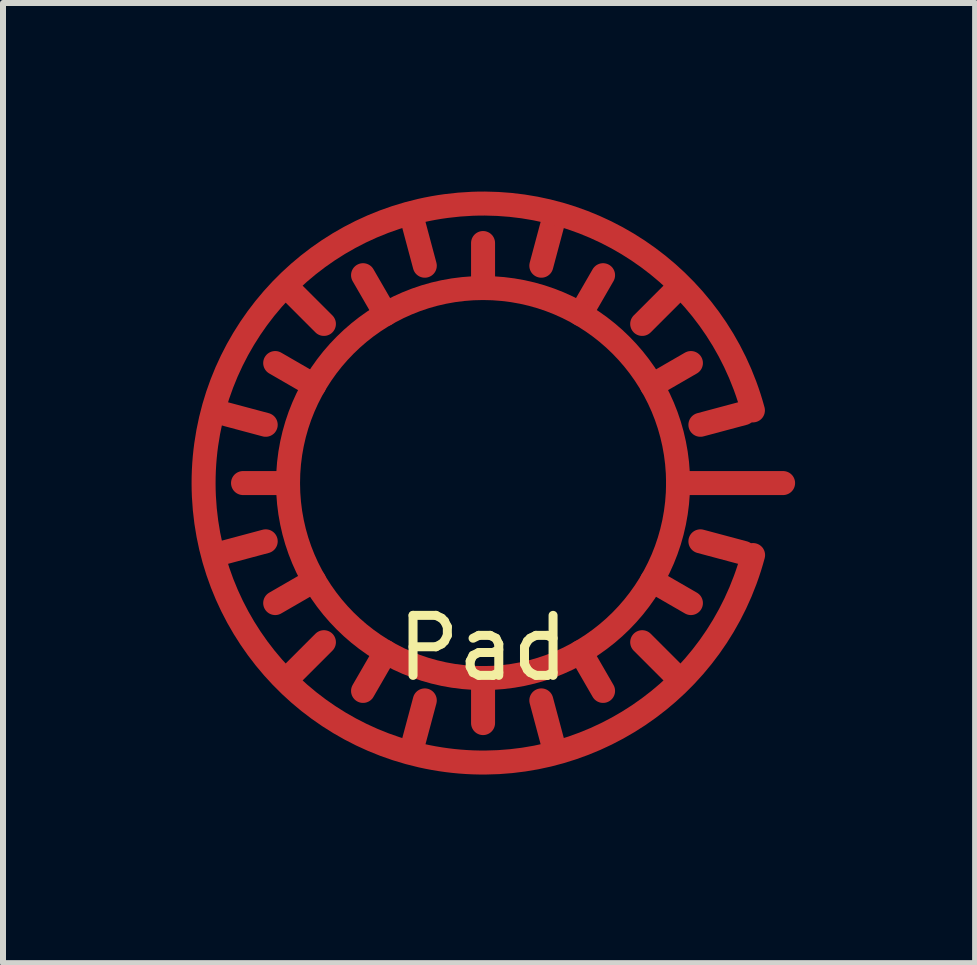
<source format=kicad_pcb>
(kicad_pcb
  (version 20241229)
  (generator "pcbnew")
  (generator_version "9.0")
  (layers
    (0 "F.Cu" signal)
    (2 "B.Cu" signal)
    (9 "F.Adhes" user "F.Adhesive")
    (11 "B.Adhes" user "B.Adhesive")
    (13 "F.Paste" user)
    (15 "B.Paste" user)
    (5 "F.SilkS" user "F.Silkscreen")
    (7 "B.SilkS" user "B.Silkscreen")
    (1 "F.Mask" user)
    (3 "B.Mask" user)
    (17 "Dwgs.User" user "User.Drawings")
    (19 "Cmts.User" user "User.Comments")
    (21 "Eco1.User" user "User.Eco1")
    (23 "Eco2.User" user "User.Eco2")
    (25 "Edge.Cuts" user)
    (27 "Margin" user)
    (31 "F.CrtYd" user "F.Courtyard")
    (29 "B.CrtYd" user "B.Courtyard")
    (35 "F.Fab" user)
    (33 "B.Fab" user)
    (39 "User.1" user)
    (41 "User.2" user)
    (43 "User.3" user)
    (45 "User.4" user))
  (footprint "Pad"
    (layer "F.Cu")
    (at 5 5)
    (property "Reference" "Pad" (at 0 2.75 0) (layer "F.SilkS") (effects (font (size 1 1) (thickness 0.15))))
    (attr through_hole)
    (fp_line (start -4.347 -1.165) (end -3.622 -0.971) (stroke (width 0.4) (type solid)) (layer "F.Cu"))
    (fp_line (start -4.347 1.165) (end -3.622 0.971) (stroke (width 0.4) (type solid)) (layer "F.Cu"))
    (fp_line (start -3.25 0) (end -4 0) (stroke (width 0.4) (type solid)) (layer "F.Cu"))
    (fp_line (start -3.182 -3.182) (end -2.652 -2.652) (stroke (width 0.4) (type solid)) (layer "F.Cu"))
    (fp_line (start -3.182 3.182) (end -2.652 2.652) (stroke (width 0.4) (type solid)) (layer "F.Cu"))
    (fp_line (start -2.815 -1.625) (end -3.464 -2) (stroke (width 0.4) (type solid)) (layer "F.Cu"))
    (fp_line (start -2.815 1.625) (end -3.464 2) (stroke (width 0.4) (type solid)) (layer "F.Cu"))
    (fp_line (start -1.625 -2.815) (end -2 -3.464) (stroke (width 0.4) (type solid)) (layer "F.Cu"))
    (fp_line (start -1.625 2.815) (end -2 3.464) (stroke (width 0.4) (type solid)) (layer "F.Cu"))
    (fp_line (start -1.165 -4.347) (end -0.971 -3.622) (stroke (width 0.4) (type solid)) (layer "F.Cu"))
    (fp_line (start -1.165 4.347) (end -0.971 3.622) (stroke (width 0.4) (type solid)) (layer "F.Cu"))
    (fp_line (start 0 -3.25) (end 0 -4) (stroke (width 0.4) (type solid)) (layer "F.Cu"))
    (fp_line (start 0 3.25) (end 0 4) (stroke (width 0.4) (type solid)) (layer "F.Cu"))
    (fp_line (start 1.165 -4.347) (end 0.971 -3.622) (stroke (width 0.4) (type solid)) (layer "F.Cu"))
    (fp_line (start 1.165 4.347) (end 0.971 3.622) (stroke (width 0.4) (type solid)) (layer "F.Cu"))
    (fp_line (start 1.625 -2.815) (end 2 -3.464) (stroke (width 0.4) (type solid)) (layer "F.Cu"))
    (fp_line (start 1.625 2.815) (end 2 3.464) (stroke (width 0.4) (type solid)) (layer "F.Cu"))
    (fp_line (start 2.815 -1.625) (end 3.464 -2) (stroke (width 0.4) (type solid)) (layer "F.Cu"))
    (fp_line (start 2.815 1.625) (end 3.464 2) (stroke (width 0.4) (type solid)) (layer "F.Cu"))
    (fp_line (start 3.182 -3.182) (end 2.652 -2.652) (stroke (width 0.4) (type solid)) (layer "F.Cu"))
    (fp_line (start 3.182 3.182) (end 2.652 2.652) (stroke (width 0.4) (type solid)) (layer "F.Cu"))
    (fp_line (start 3.25 0) (end 5 0) (stroke (width 0.4) (type solid)) (layer "F.Cu"))
    (fp_line (start 4.347 -1.165) (end 3.622 -0.971) (stroke (width 0.4) (type solid)) (layer "F.Cu"))
    (fp_line (start 4.347 1.165) (end 3.622 0.971) (stroke (width 0.4) (type solid)) (layer "F.Cu"))
    (fp_arc (start 4.5 1.2) (mid -4.657249 0.005575) (end 4.497114 -1.21077) (stroke (width 0.4) (type solid)) (layer "F.Cu"))
    (fp_circle (center 0 0) (end 3.25 0) (stroke (width 0.4) (type solid)) (fill no) (layer "F.Cu"))
    (fp_circle (center 0 0) (end 2.5 0) (stroke (width 5) (type solid)) (fill no) (layer "F.Mask"))
    (fp_line (start -2 -2) (end -2 2) (stroke (width 0.1) (type solid)) (layer "Eco1.User"))
    (fp_line (start -2 2) (end 2 2) (stroke (width 0.1) (type solid)) (layer "Eco1.User"))
    (fp_line (start 2 -2) (end -2 -2) (stroke (width 0.1) (type solid)) (layer "Eco1.User"))
    (fp_line (start 2 2) (end 2 -2) (stroke (width 0.1) (type solid)) (layer "Eco1.User")))
  (gr_rect
    (start -3 -3)
    (end 13.2 13)
    (stroke (width 0.1) (type default))
    (fill no)
    (layer "Edge.Cuts")))
</source>
